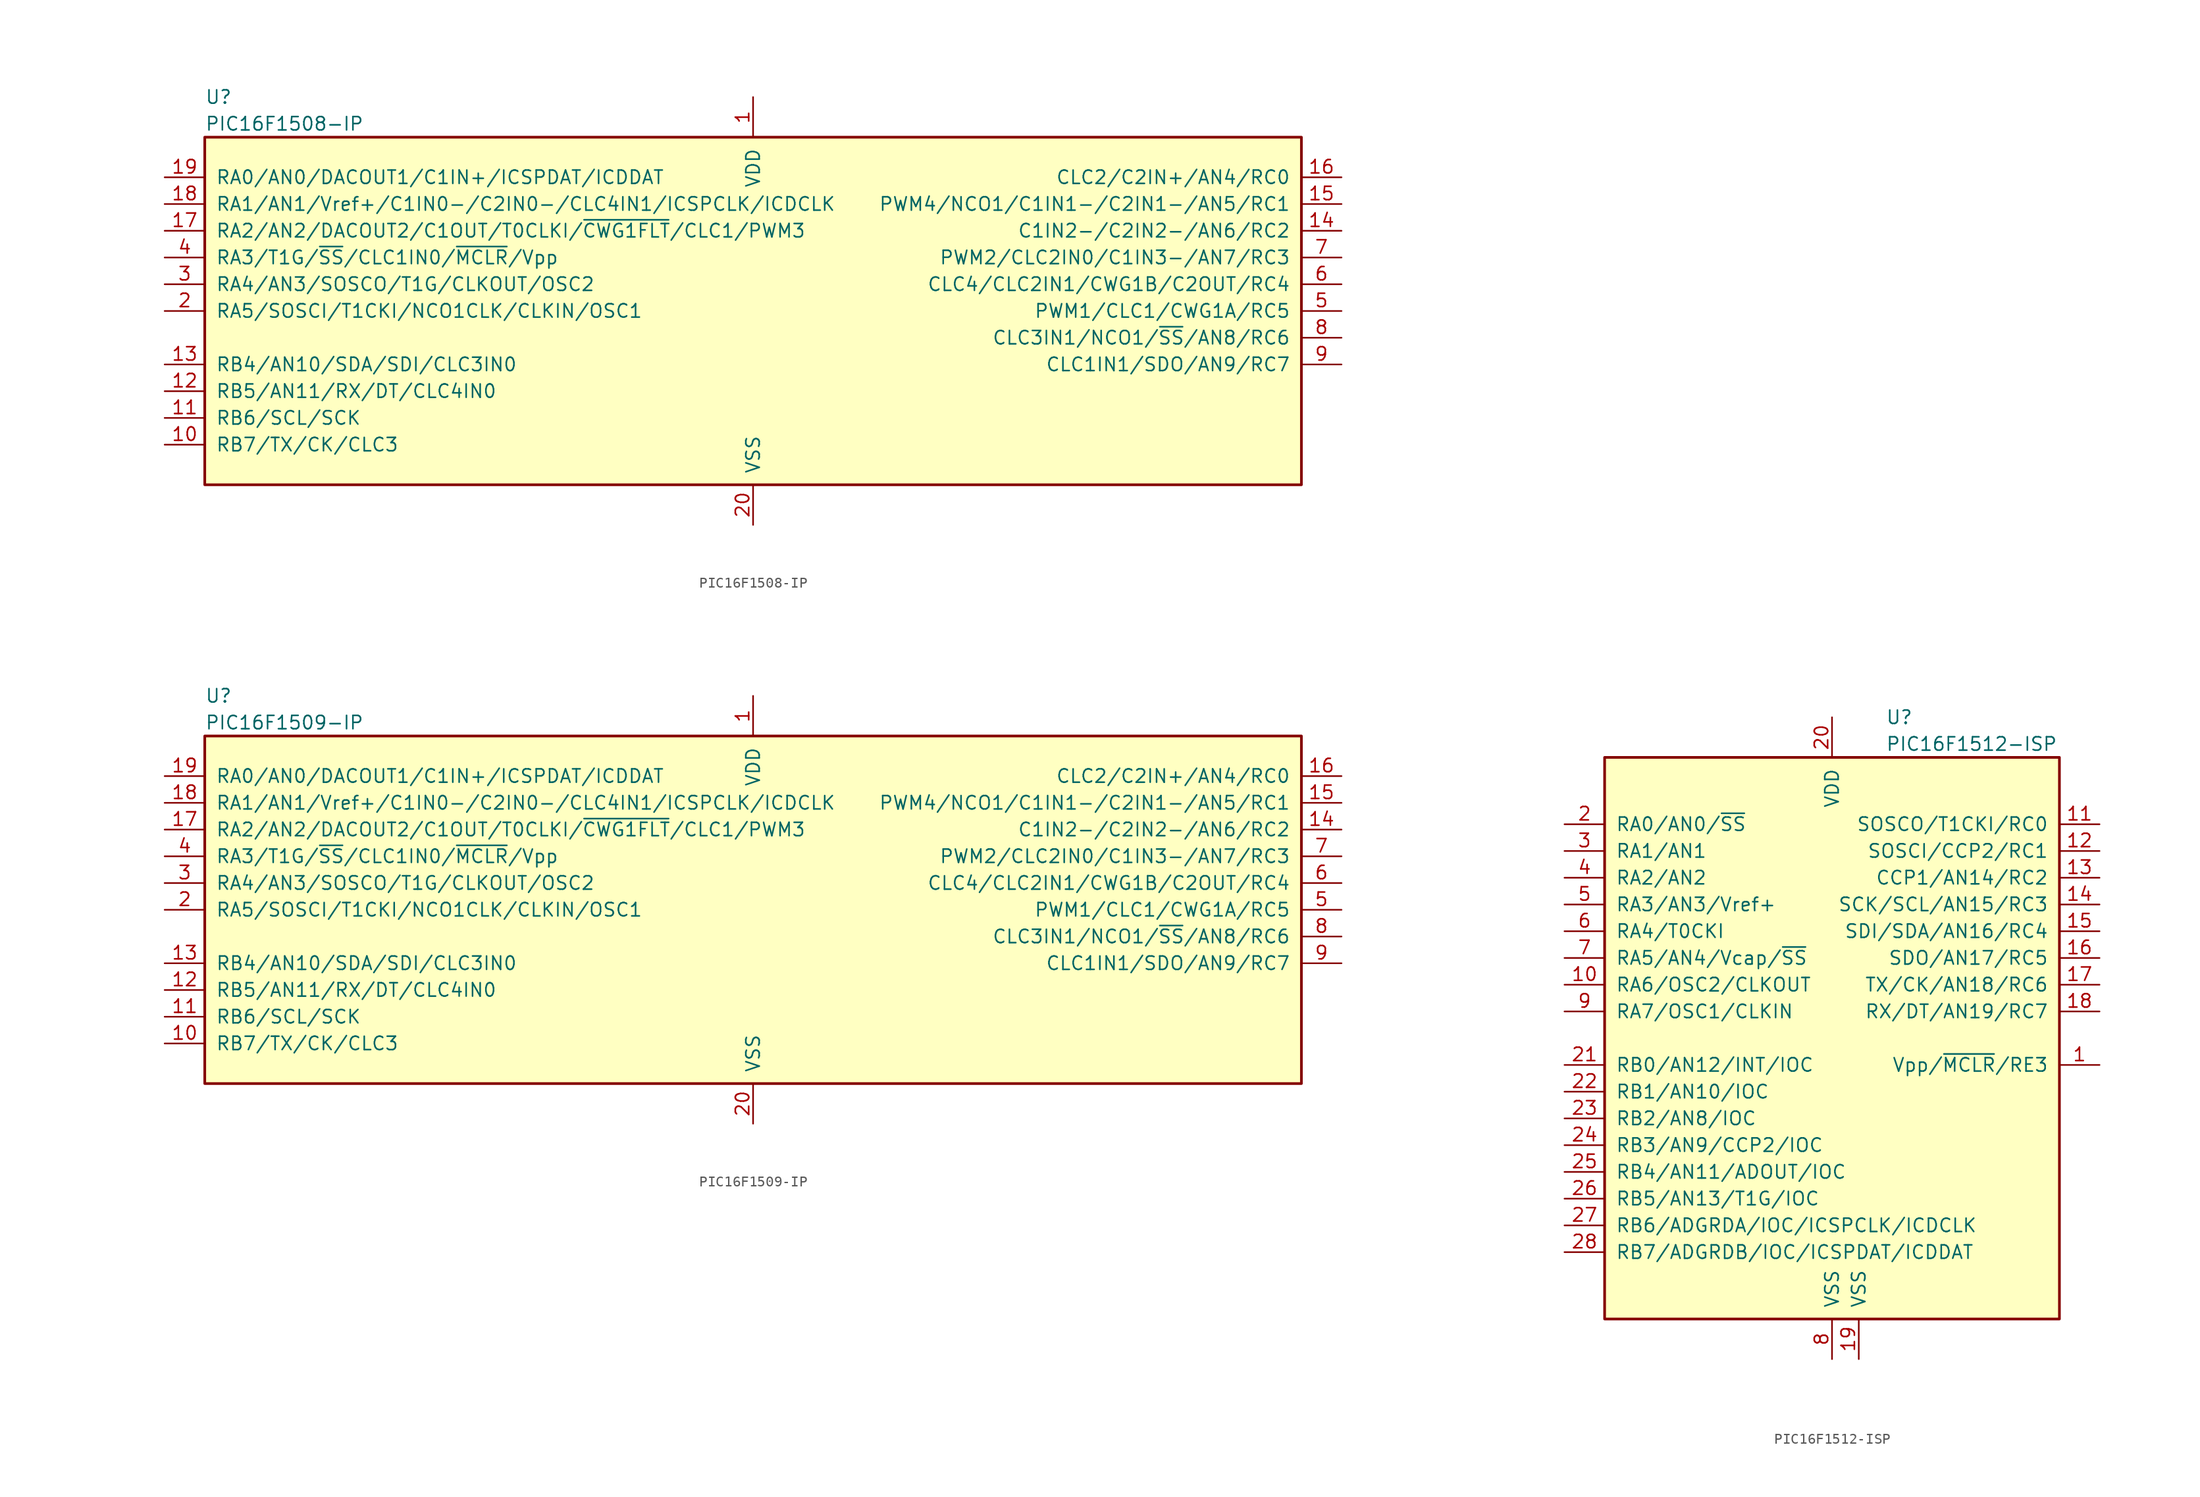
<source format=kicad_sym>
(kicad_symbol_lib
  (version 20200908)
  (generator kicad_symbol_editor)
  (symbol "MCU_Microchip_PIC16:PIC16F1508-IP"
    (pin_names
      (offset 1.016))
    (property "Reference" "U"
      (at -52.07 20.32 0)
      (effects (font (size 1.27 1.27)) (justify left)))
    (property "Value" "PIC16F1508-IP"
      (at -52.07 17.78 0)
      (effects (font (size 1.27 1.27)) (justify left)))
    (symbol "PIC16F1508-IP_0_1"
      (rectangle (start -52.07 16.51) (end 52.07 -16.51) (stroke (width 0.254)) (fill (type background))))
    (symbol "PIC16F1508-IP_1_1"
      (pin power_in line (at 0 20.32 270) (length 3.81) (name "VDD" (effects (font (size 1.27 1.27)))) (number "1" (effects (font (size 1.27 1.27)))))
      (pin bidirectional line (at -55.88 -12.7 0) (length 3.81) (name "RB7/TX/CK/CLC3" (effects (font (size 1.27 1.27)))) (number "10" (effects (font (size 1.27 1.27)))))
      (pin bidirectional line (at -55.88 -10.16 0) (length 3.81) (name "RB6/SCL/SCK" (effects (font (size 1.27 1.27)))) (number "11" (effects (font (size 1.27 1.27)))))
      (pin bidirectional line (at -55.88 -7.62 0) (length 3.81) (name "RB5/AN11/RX/DT/CLC4IN0" (effects (font (size 1.27 1.27)))) (number "12" (effects (font (size 1.27 1.27)))))
      (pin bidirectional line (at -55.88 -5.08 0) (length 3.81) (name "RB4/AN10/SDA/SDI/CLC3IN0" (effects (font (size 1.27 1.27)))) (number "13" (effects (font (size 1.27 1.27)))))
      (pin bidirectional line (at 55.88 7.62 180) (length 3.81) (name "C1IN2-/C2IN2-/AN6/RC2" (effects (font (size 1.27 1.27)))) (number "14" (effects (font (size 1.27 1.27)))))
      (pin bidirectional line (at 55.88 10.16 180) (length 3.81) (name "PWM4/NCO1/C1IN1-/C2IN1-/AN5/RC1" (effects (font (size 1.27 1.27)))) (number "15" (effects (font (size 1.27 1.27)))))
      (pin bidirectional line (at 55.88 12.7 180) (length 3.81) (name "CLC2/C2IN+/AN4/RC0" (effects (font (size 1.27 1.27)))) (number "16" (effects (font (size 1.27 1.27)))))
      (pin bidirectional line (at -55.88 7.62 0) (length 3.81) (name "RA2/AN2/DACOUT2/C1OUT/T0CLKI/~CWG1FLT~/CLC1/PWM3" (effects (font (size 1.27 1.27)))) (number "17" (effects (font (size 1.27 1.27)))))
      (pin bidirectional line (at -55.88 10.16 0) (length 3.81) (name "RA1/AN1/Vref+/C1IN0-/C2IN0-/CLC4IN1/ICSPCLK/ICDCLK" (effects (font (size 1.27 1.27)))) (number "18" (effects (font (size 1.27 1.27)))))
      (pin bidirectional line (at -55.88 12.7 0) (length 3.81) (name "RA0/AN0/DACOUT1/C1IN+/ICSPDAT/ICDDAT" (effects (font (size 1.27 1.27)))) (number "19" (effects (font (size 1.27 1.27)))))
      (pin bidirectional line (at -55.88 0 0) (length 3.81) (name "RA5/SOSCI/T1CKI/NCO1CLK/CLKIN/OSC1" (effects (font (size 1.27 1.27)))) (number "2" (effects (font (size 1.27 1.27)))))
      (pin power_in line (at 0 -20.32 90) (length 3.81) (name "VSS" (effects (font (size 1.27 1.27)))) (number "20" (effects (font (size 1.27 1.27)))))
      (pin bidirectional line (at -55.88 2.54 0) (length 3.81) (name "RA4/AN3/SOSCO/T1G/CLKOUT/OSC2" (effects (font (size 1.27 1.27)))) (number "3" (effects (font (size 1.27 1.27)))))
      (pin input line (at -55.88 5.08 0) (length 3.81) (name "RA3/T1G/~SS~/CLC1IN0/~MCLR~/Vpp" (effects (font (size 1.27 1.27)))) (number "4" (effects (font (size 1.27 1.27)))))
      (pin bidirectional line (at 55.88 0 180) (length 3.81) (name "PWM1/CLC1/CWG1A/RC5" (effects (font (size 1.27 1.27)))) (number "5" (effects (font (size 1.27 1.27)))))
      (pin bidirectional line (at 55.88 2.54 180) (length 3.81) (name "CLC4/CLC2IN1/CWG1B/C2OUT/RC4" (effects (font (size 1.27 1.27)))) (number "6" (effects (font (size 1.27 1.27)))))
      (pin bidirectional line (at 55.88 5.08 180) (length 3.81) (name "PWM2/CLC2IN0/C1IN3-/AN7/RC3" (effects (font (size 1.27 1.27)))) (number "7" (effects (font (size 1.27 1.27)))))
      (pin bidirectional line (at 55.88 -2.54 180) (length 3.81) (name "CLC3IN1/NCO1/~SS~/AN8/RC6" (effects (font (size 1.27 1.27)))) (number "8" (effects (font (size 1.27 1.27)))))
      (pin bidirectional line (at 55.88 -5.08 180) (length 3.81) (name "CLC1IN1/SDO/AN9/RC7" (effects (font (size 1.27 1.27)))) (number "9" (effects (font (size 1.27 1.27)))))))
  (symbol "MCU_Microchip_PIC16:PIC16F1509-IP"
    (pin_names
      (offset 1.016))
    (property "Reference" "U"
      (at -52.07 20.32 0)
      (effects (font (size 1.27 1.27)) (justify left)))
    (property "Value" "PIC16F1509-IP"
      (at -52.07 17.78 0)
      (effects (font (size 1.27 1.27)) (justify left)))
    (symbol "PIC16F1509-IP_0_1"
      (rectangle (start -52.07 16.51) (end 52.07 -16.51) (stroke (width 0.254)) (fill (type background))))
    (symbol "PIC16F1509-IP_1_1"
      (pin power_in line (at 0 20.32 270) (length 3.81) (name "VDD" (effects (font (size 1.27 1.27)))) (number "1" (effects (font (size 1.27 1.27)))))
      (pin bidirectional line (at -55.88 -12.7 0) (length 3.81) (name "RB7/TX/CK/CLC3" (effects (font (size 1.27 1.27)))) (number "10" (effects (font (size 1.27 1.27)))))
      (pin bidirectional line (at -55.88 -10.16 0) (length 3.81) (name "RB6/SCL/SCK" (effects (font (size 1.27 1.27)))) (number "11" (effects (font (size 1.27 1.27)))))
      (pin bidirectional line (at -55.88 -7.62 0) (length 3.81) (name "RB5/AN11/RX/DT/CLC4IN0" (effects (font (size 1.27 1.27)))) (number "12" (effects (font (size 1.27 1.27)))))
      (pin bidirectional line (at -55.88 -5.08 0) (length 3.81) (name "RB4/AN10/SDA/SDI/CLC3IN0" (effects (font (size 1.27 1.27)))) (number "13" (effects (font (size 1.27 1.27)))))
      (pin bidirectional line (at 55.88 7.62 180) (length 3.81) (name "C1IN2-/C2IN2-/AN6/RC2" (effects (font (size 1.27 1.27)))) (number "14" (effects (font (size 1.27 1.27)))))
      (pin bidirectional line (at 55.88 10.16 180) (length 3.81) (name "PWM4/NCO1/C1IN1-/C2IN1-/AN5/RC1" (effects (font (size 1.27 1.27)))) (number "15" (effects (font (size 1.27 1.27)))))
      (pin bidirectional line (at 55.88 12.7 180) (length 3.81) (name "CLC2/C2IN+/AN4/RC0" (effects (font (size 1.27 1.27)))) (number "16" (effects (font (size 1.27 1.27)))))
      (pin bidirectional line (at -55.88 7.62 0) (length 3.81) (name "RA2/AN2/DACOUT2/C1OUT/T0CLKI/~CWG1FLT~/CLC1/PWM3" (effects (font (size 1.27 1.27)))) (number "17" (effects (font (size 1.27 1.27)))))
      (pin bidirectional line (at -55.88 10.16 0) (length 3.81) (name "RA1/AN1/Vref+/C1IN0-/C2IN0-/CLC4IN1/ICSPCLK/ICDCLK" (effects (font (size 1.27 1.27)))) (number "18" (effects (font (size 1.27 1.27)))))
      (pin bidirectional line (at -55.88 12.7 0) (length 3.81) (name "RA0/AN0/DACOUT1/C1IN+/ICSPDAT/ICDDAT" (effects (font (size 1.27 1.27)))) (number "19" (effects (font (size 1.27 1.27)))))
      (pin bidirectional line (at -55.88 0 0) (length 3.81) (name "RA5/SOSCI/T1CKI/NCO1CLK/CLKIN/OSC1" (effects (font (size 1.27 1.27)))) (number "2" (effects (font (size 1.27 1.27)))))
      (pin power_in line (at 0 -20.32 90) (length 3.81) (name "VSS" (effects (font (size 1.27 1.27)))) (number "20" (effects (font (size 1.27 1.27)))))
      (pin bidirectional line (at -55.88 2.54 0) (length 3.81) (name "RA4/AN3/SOSCO/T1G/CLKOUT/OSC2" (effects (font (size 1.27 1.27)))) (number "3" (effects (font (size 1.27 1.27)))))
      (pin input line (at -55.88 5.08 0) (length 3.81) (name "RA3/T1G/~SS~/CLC1IN0/~MCLR~/Vpp" (effects (font (size 1.27 1.27)))) (number "4" (effects (font (size 1.27 1.27)))))
      (pin bidirectional line (at 55.88 0 180) (length 3.81) (name "PWM1/CLC1/CWG1A/RC5" (effects (font (size 1.27 1.27)))) (number "5" (effects (font (size 1.27 1.27)))))
      (pin bidirectional line (at 55.88 2.54 180) (length 3.81) (name "CLC4/CLC2IN1/CWG1B/C2OUT/RC4" (effects (font (size 1.27 1.27)))) (number "6" (effects (font (size 1.27 1.27)))))
      (pin bidirectional line (at 55.88 5.08 180) (length 3.81) (name "PWM2/CLC2IN0/C1IN3-/AN7/RC3" (effects (font (size 1.27 1.27)))) (number "7" (effects (font (size 1.27 1.27)))))
      (pin bidirectional line (at 55.88 -2.54 180) (length 3.81) (name "CLC3IN1/NCO1/~SS~/AN8/RC6" (effects (font (size 1.27 1.27)))) (number "8" (effects (font (size 1.27 1.27)))))
      (pin bidirectional line (at 55.88 -5.08 180) (length 3.81) (name "CLC1IN1/SDO/AN9/RC7" (effects (font (size 1.27 1.27)))) (number "9" (effects (font (size 1.27 1.27)))))))
  (symbol "MCU_Microchip_PIC16:PIC16F1512-ISP"
    (pin_names
      (offset 1.016))
    (property "Reference" "U"
      (at 5.08 30.48 0)
      (effects (font (size 1.27 1.27)) (justify left)))
    (property "Value" "PIC16F1512-ISP"
      (at 5.08 27.94 0)
      (effects (font (size 1.27 1.27)) (justify left)))
    (symbol "PIC16F1512-ISP_0_1"
      (rectangle (start -21.59 26.67) (end 21.59 -26.67) (stroke (width 0.254)) (fill (type background))))
    (symbol "PIC16F1512-ISP_1_1"
      (pin input line (at 25.4 -2.54 180) (length 3.81) (name "Vpp/~MCLR~/RE3" (effects (font (size 1.27 1.27)))) (number "1" (effects (font (size 1.27 1.27)))))
      (pin bidirectional line (at -25.4 5.08 0) (length 3.81) (name "RA6/OSC2/CLKOUT" (effects (font (size 1.27 1.27)))) (number "10" (effects (font (size 1.27 1.27)))))
      (pin bidirectional line (at 25.4 20.32 180) (length 3.81) (name "SOSCO/T1CKI/RC0" (effects (font (size 1.27 1.27)))) (number "11" (effects (font (size 1.27 1.27)))))
      (pin bidirectional line (at 25.4 17.78 180) (length 3.81) (name "SOSCI/CCP2/RC1" (effects (font (size 1.27 1.27)))) (number "12" (effects (font (size 1.27 1.27)))))
      (pin bidirectional line (at 25.4 15.24 180) (length 3.81) (name "CCP1/AN14/RC2" (effects (font (size 1.27 1.27)))) (number "13" (effects (font (size 1.27 1.27)))))
      (pin bidirectional line (at 25.4 12.7 180) (length 3.81) (name "SCK/SCL/AN15/RC3" (effects (font (size 1.27 1.27)))) (number "14" (effects (font (size 1.27 1.27)))))
      (pin bidirectional line (at 25.4 10.16 180) (length 3.81) (name "SDI/SDA/AN16/RC4" (effects (font (size 1.27 1.27)))) (number "15" (effects (font (size 1.27 1.27)))))
      (pin bidirectional line (at 25.4 7.62 180) (length 3.81) (name "SDO/AN17/RC5" (effects (font (size 1.27 1.27)))) (number "16" (effects (font (size 1.27 1.27)))))
      (pin bidirectional line (at 25.4 5.08 180) (length 3.81) (name "TX/CK/AN18/RC6" (effects (font (size 1.27 1.27)))) (number "17" (effects (font (size 1.27 1.27)))))
      (pin bidirectional line (at 25.4 2.54 180) (length 3.81) (name "RX/DT/AN19/RC7" (effects (font (size 1.27 1.27)))) (number "18" (effects (font (size 1.27 1.27)))))
      (pin power_in line (at 2.54 -30.48 90) (length 3.81) (name "VSS" (effects (font (size 1.27 1.27)))) (number "19" (effects (font (size 1.27 1.27)))))
      (pin bidirectional line (at -25.4 20.32 0) (length 3.81) (name "RA0/AN0/~SS" (effects (font (size 1.27 1.27)))) (number "2" (effects (font (size 1.27 1.27)))))
      (pin power_in line (at 0 30.48 270) (length 3.81) (name "VDD" (effects (font (size 1.27 1.27)))) (number "20" (effects (font (size 1.27 1.27)))))
      (pin bidirectional line (at -25.4 -2.54 0) (length 3.81) (name "RB0/AN12/INT/IOC" (effects (font (size 1.27 1.27)))) (number "21" (effects (font (size 1.27 1.27)))))
      (pin bidirectional line (at -25.4 -5.08 0) (length 3.81) (name "RB1/AN10/IOC" (effects (font (size 1.27 1.27)))) (number "22" (effects (font (size 1.27 1.27)))))
      (pin bidirectional line (at -25.4 -7.62 0) (length 3.81) (name "RB2/AN8/IOC" (effects (font (size 1.27 1.27)))) (number "23" (effects (font (size 1.27 1.27)))))
      (pin bidirectional line (at -25.4 -10.16 0) (length 3.81) (name "RB3/AN9/CCP2/IOC" (effects (font (size 1.27 1.27)))) (number "24" (effects (font (size 1.27 1.27)))))
      (pin bidirectional line (at -25.4 -12.7 0) (length 3.81) (name "RB4/AN11/ADOUT/IOC" (effects (font (size 1.27 1.27)))) (number "25" (effects (font (size 1.27 1.27)))))
      (pin bidirectional line (at -25.4 -15.24 0) (length 3.81) (name "RB5/AN13/T1G/IOC" (effects (font (size 1.27 1.27)))) (number "26" (effects (font (size 1.27 1.27)))))
      (pin bidirectional line (at -25.4 -17.78 0) (length 3.81) (name "RB6/ADGRDA/IOC/ICSPCLK/ICDCLK" (effects (font (size 1.27 1.27)))) (number "27" (effects (font (size 1.27 1.27)))))
      (pin bidirectional line (at -25.4 -20.32 0) (length 3.81) (name "RB7/ADGRDB/IOC/ICSPDAT/ICDDAT" (effects (font (size 1.27 1.27)))) (number "28" (effects (font (size 1.27 1.27)))))
      (pin bidirectional line (at -25.4 17.78 0) (length 3.81) (name "RA1/AN1" (effects (font (size 1.27 1.27)))) (number "3" (effects (font (size 1.27 1.27)))))
      (pin bidirectional line (at -25.4 15.24 0) (length 3.81) (name "RA2/AN2" (effects (font (size 1.27 1.27)))) (number "4" (effects (font (size 1.27 1.27)))))
      (pin bidirectional line (at -25.4 12.7 0) (length 3.81) (name "RA3/AN3/Vref+" (effects (font (size 1.27 1.27)))) (number "5" (effects (font (size 1.27 1.27)))))
      (pin bidirectional line (at -25.4 10.16 0) (length 3.81) (name "RA4/T0CKI" (effects (font (size 1.27 1.27)))) (number "6" (effects (font (size 1.27 1.27)))))
      (pin bidirectional line (at -25.4 7.62 0) (length 3.81) (name "RA5/AN4/Vcap/~SS" (effects (font (size 1.27 1.27)))) (number "7" (effects (font (size 1.27 1.27)))))
      (pin power_in line (at 0 -30.48 90) (length 3.81) (name "VSS" (effects (font (size 1.27 1.27)))) (number "8" (effects (font (size 1.27 1.27)))))
      (pin bidirectional line (at -25.4 2.54 0) (length 3.81) (name "RA7/OSC1/CLKIN" (effects (font (size 1.27 1.27)))) (number "9" (effects (font (size 1.27 1.27))))))))
</source>
